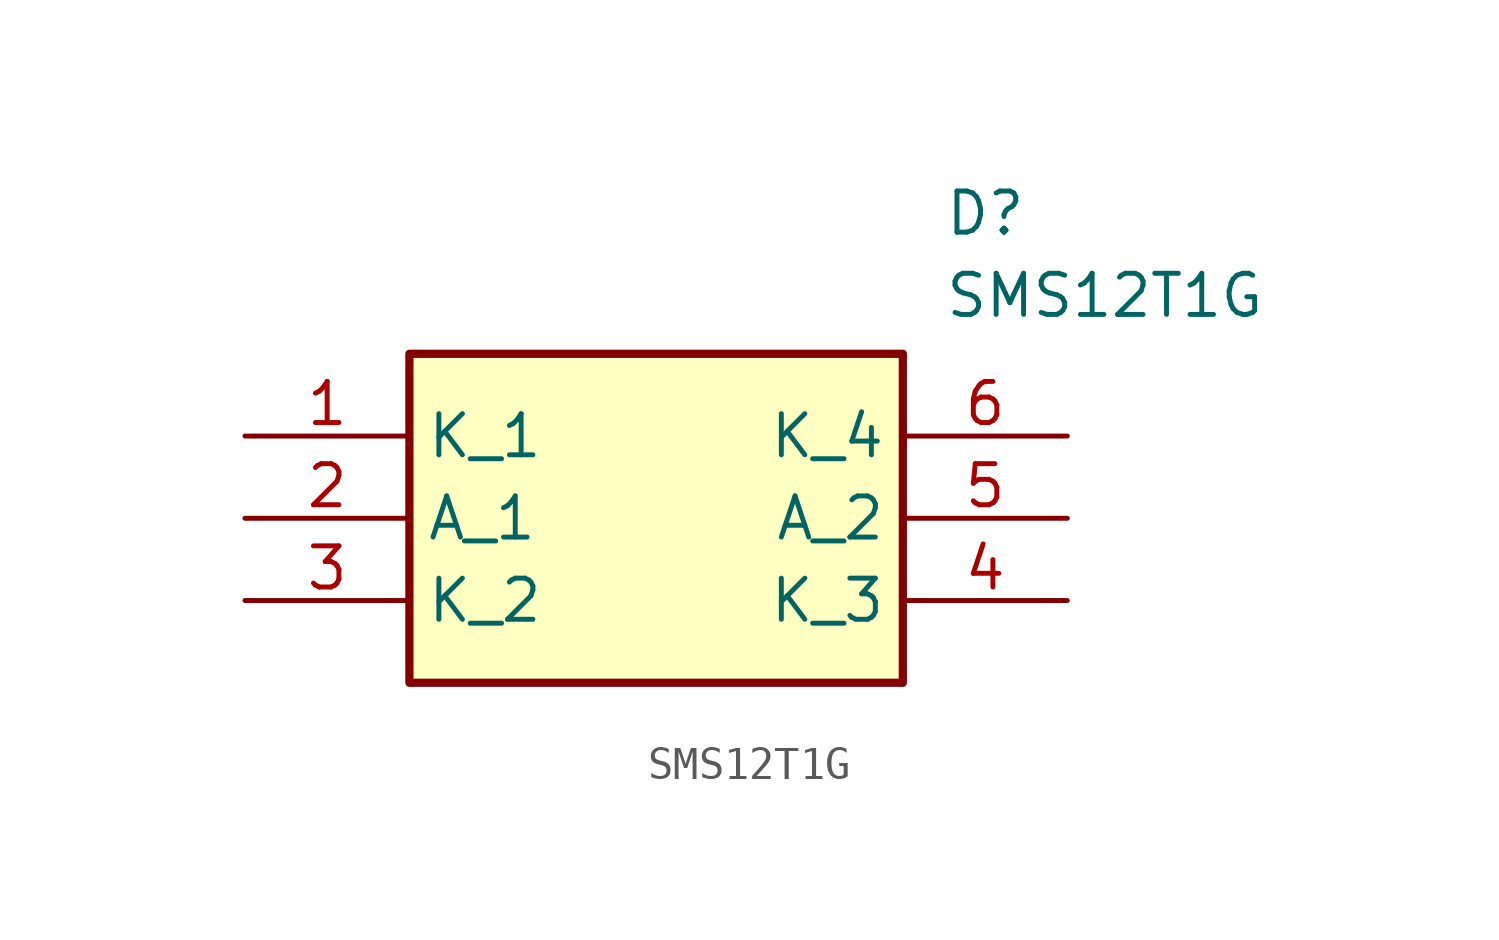
<source format=kicad_sym>
(kicad_symbol_lib
  (version 20211014)
  (generator SamacSys_ECAD_Model)
  (symbol "SMS12T1G"
    (property "Reference" "D"
      (at 21.59 7.62 0)
      (effects (font (size 1.27 1.27)) (justify left top)))
    (property "Value" "SMS12T1G"
      (at 21.59 5.08 0)
      (effects (font (size 1.27 1.27)) (justify left top)))
    (rectangle
      (start 5.08 2.54)
      (end 20.32 -7.62)
      (stroke (width 0.254) (type default))
      (fill (type background)))
    (pin passive line
      (at 0 0 0)
      (length 5.08)
      (name "K_1" (effects (font (size 1.27 1.27))))
      (number "1" (effects (font (size 1.27 1.27)))))
    (pin passive line
      (at 0 -2.54 0)
      (length 5.08)
      (name "A_1" (effects (font (size 1.27 1.27))))
      (number "2" (effects (font (size 1.27 1.27)))))
    (pin passive line
      (at 0 -5.08 0)
      (length 5.08)
      (name "K_2" (effects (font (size 1.27 1.27))))
      (number "3" (effects (font (size 1.27 1.27)))))
    (pin passive line
      (at 25.4 0 180)
      (length 5.08)
      (name "K_4" (effects (font (size 1.27 1.27))))
      (number "6" (effects (font (size 1.27 1.27)))))
    (pin passive line
      (at 25.4 -2.54 180)
      (length 5.08)
      (name "A_2" (effects (font (size 1.27 1.27))))
      (number "5" (effects (font (size 1.27 1.27)))))
    (pin passive line
      (at 25.4 -5.08 180)
      (length 5.08)
      (name "K_3" (effects (font (size 1.27 1.27))))
      (number "4" (effects (font (size 1.27 1.27)))))))
</source>
